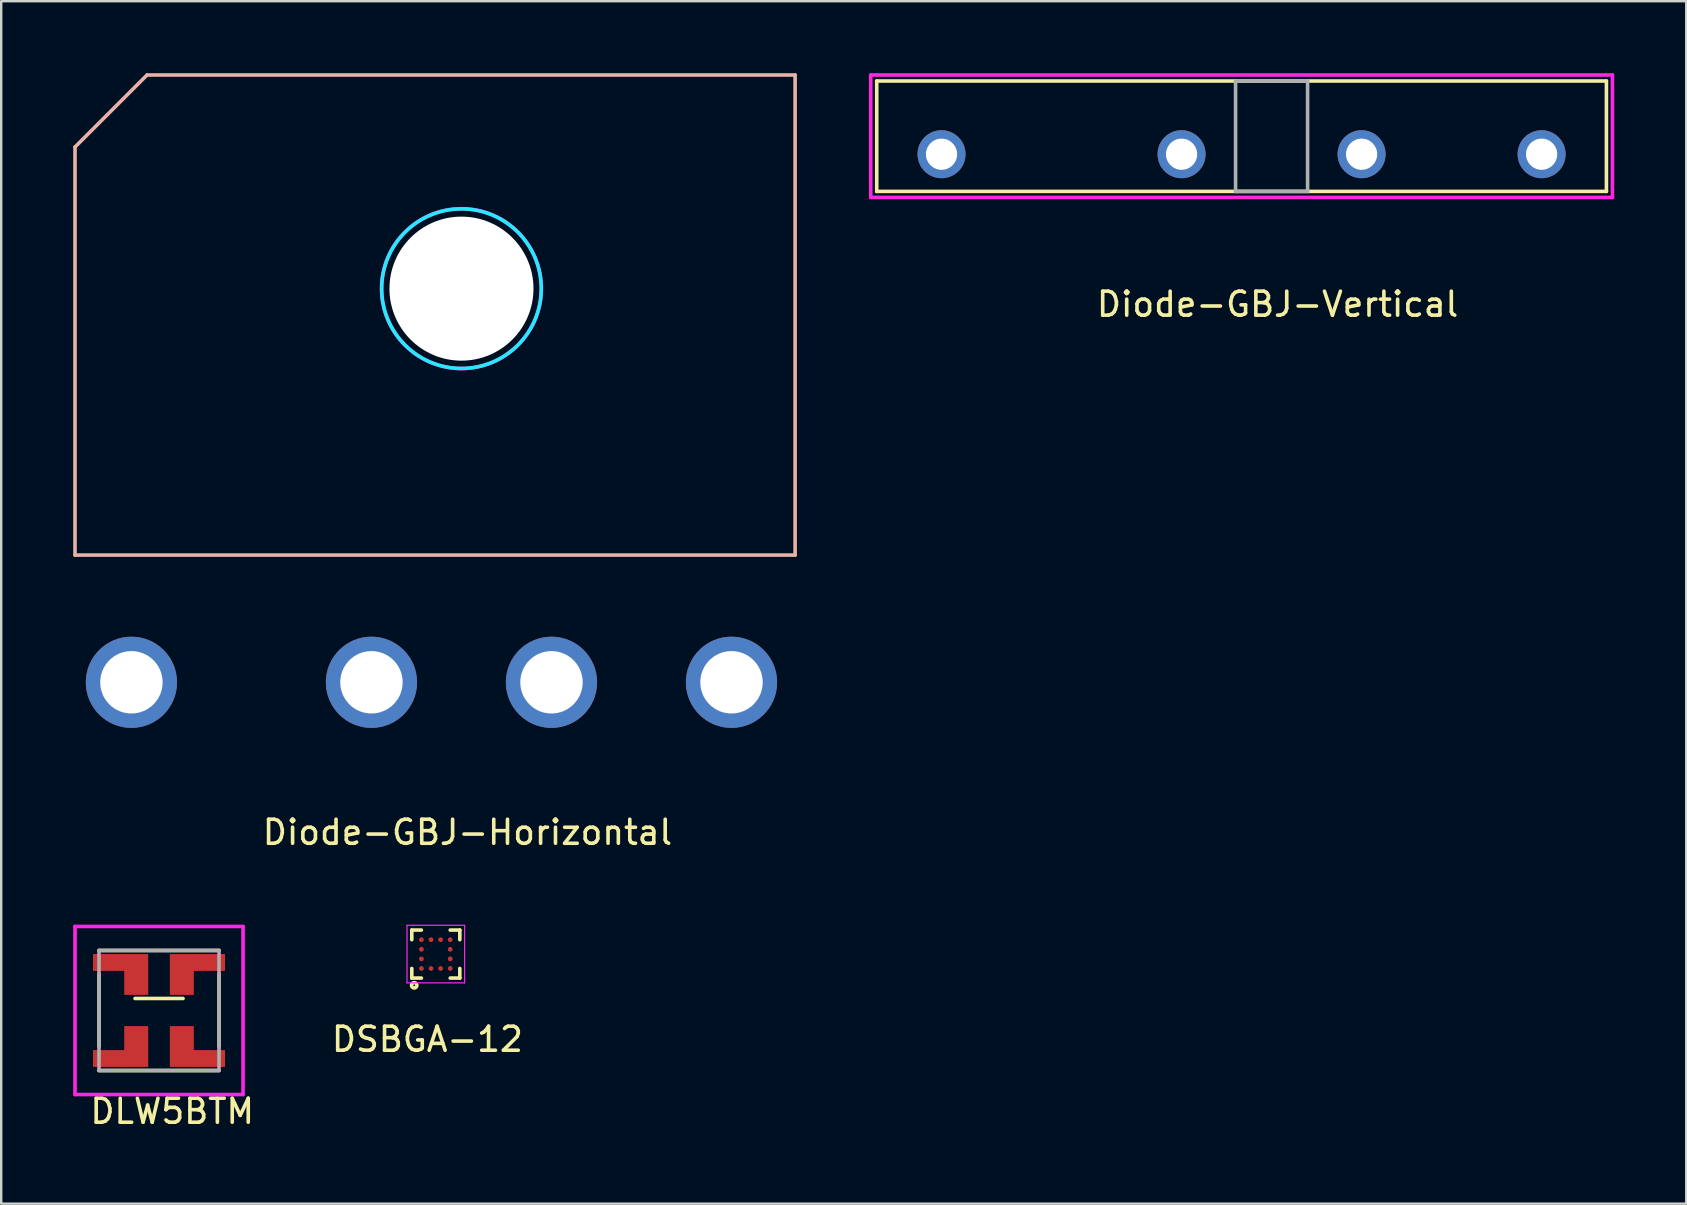
<source format=kicad_pcb>
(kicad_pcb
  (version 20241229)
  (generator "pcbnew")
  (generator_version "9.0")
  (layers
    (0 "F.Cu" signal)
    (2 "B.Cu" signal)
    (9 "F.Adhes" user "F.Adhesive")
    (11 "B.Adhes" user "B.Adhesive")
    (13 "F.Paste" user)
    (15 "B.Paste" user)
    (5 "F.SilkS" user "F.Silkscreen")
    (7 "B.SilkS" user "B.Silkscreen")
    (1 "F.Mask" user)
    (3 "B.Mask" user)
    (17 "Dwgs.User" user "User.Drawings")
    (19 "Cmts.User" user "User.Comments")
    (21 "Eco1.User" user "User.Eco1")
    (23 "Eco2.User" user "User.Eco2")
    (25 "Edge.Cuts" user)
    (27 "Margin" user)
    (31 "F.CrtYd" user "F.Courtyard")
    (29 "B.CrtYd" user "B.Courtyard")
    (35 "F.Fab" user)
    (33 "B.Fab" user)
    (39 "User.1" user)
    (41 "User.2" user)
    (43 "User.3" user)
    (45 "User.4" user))
  (footprint "DLW5BTM"
    (layer "F.Cu")
    (at 3.575 39.048)
    (property "Reference" "DLW5BTM" (at 0.55 4.2 0) (layer "F.SilkS") (effects (font (size 1 1) (thickness 0.15))))
    (attr through_hole)
    (fp_line (start -2.5 -2.5) (end 2.5 -2.5) (stroke (width 0.15) (type solid)) (layer "F.SilkS"))
    (fp_line (start -2.5 -1.5) (end -2.5 1.5) (stroke (width 0.15) (type solid)) (layer "F.SilkS"))
    (fp_line (start -2.5 2.5) (end 2.5 2.5) (stroke (width 0.15) (type solid)) (layer "F.SilkS"))
    (fp_line (start -1 -0.5) (end 1 -0.5) (stroke (width 0.15) (type solid)) (layer "F.SilkS"))
    (fp_line (start 2.5 -1.5) (end 2.5 1.5) (stroke (width 0.15) (type solid)) (layer "F.SilkS"))
    (fp_line (start -3.5 -3.5) (end -3.5 3.5) (stroke (width 0.15) (type solid)) (layer "F.CrtYd"))
    (fp_line (start -3.5 3.5) (end 3.5 3.5) (stroke (width 0.15) (type solid)) (layer "F.CrtYd"))
    (fp_line (start 3.5 -3.5) (end -3.5 -3.5) (stroke (width 0.15) (type solid)) (layer "F.CrtYd"))
    (fp_line (start 3.5 3.5) (end 3.5 -3.5) (stroke (width 0.15) (type solid)) (layer "F.CrtYd"))
    (fp_line (start -2.5 -2.5) (end 2.5 -2.5) (stroke (width 0.15) (type solid)) (layer "F.Fab"))
    (fp_line (start -2.5 2.5) (end -2.5 -2.5) (stroke (width 0.15) (type solid)) (layer "F.Fab"))
    (fp_line (start 2.5 -2.5) (end 2.5 2.5) (stroke (width 0.15) (type solid)) (layer "F.Fab"))
    (fp_line (start 2.5 2.5) (end -2.5 2.5) (stroke (width 0.15) (type solid)) (layer "F.Fab"))
    (pad "1" smd rect (at 0.95 -1.5) (size 1 1.7) (layers "F.Cu" "F.Mask" "F.Paste"))
    (pad "1" smd rect (at 2.05 -2) (size 1.4 0.7) (layers "F.Cu" "F.Mask" "F.Paste"))
    (pad "2" smd rect (at -2.05 -2) (size 1.4 0.7) (layers "F.Cu" "F.Mask" "F.Paste"))
    (pad "2" smd rect (at -0.95 -1.5) (size 1 1.7) (layers "F.Cu" "F.Mask" "F.Paste"))
    (pad "3" smd rect (at 0.95 1.5) (size 1 1.7) (layers "F.Cu" "F.Mask" "F.Paste"))
    (pad "3" smd rect (at 2.05 2) (size 1.4 0.7) (layers "F.Cu" "F.Mask" "F.Paste"))
    (pad "4" smd rect (at -2.05 2) (size 1.4 0.7) (layers "F.Cu" "F.Mask" "F.Paste"))
    (pad "4" smd rect (at -0.95 1.5) (size 1 1.7) (layers "F.Cu" "F.Mask" "F.Paste")))
  (footprint "Diode-GBJ-Vertical"
    (layer "F.Cu")
    (at 49.925 3.375)
    (property "Reference" "Diode-GBJ-Vertical" (at 0.25 6.25 0) (layer "F.SilkS") (effects (font (size 1 1) (thickness 0.15))))
    (attr through_hole)
    (fp_line (start -16.45 -3.05) (end 13.95 -3.05) (stroke (width 0.15) (type solid)) (layer "F.SilkS"))
    (fp_line (start -16.45 1.55) (end -16.45 -3.05) (stroke (width 0.15) (type solid)) (layer "F.SilkS"))
    (fp_line (start 13.95 -3.05) (end 13.95 1.55) (stroke (width 0.15) (type solid)) (layer "F.SilkS"))
    (fp_line (start 13.95 1.55) (end -16.45 1.55) (stroke (width 0.15) (type solid)) (layer "F.SilkS"))
    (fp_line (start -16.7 -3.3) (end 14.2 -3.3) (stroke (width 0.15) (type solid)) (layer "F.CrtYd"))
    (fp_line (start -16.7 1.8) (end -16.7 -3.3) (stroke (width 0.15) (type solid)) (layer "F.CrtYd"))
    (fp_line (start 14.2 -3.3) (end 14.2 1.8) (stroke (width 0.15) (type solid)) (layer "F.CrtYd"))
    (fp_line (start 14.2 1.8) (end -16.7 1.8) (stroke (width 0.15) (type solid)) (layer "F.CrtYd"))
    (fp_line (start -1.5 -3.05) (end -1.5 1.55) (stroke (width 0.15) (type solid)) (layer "F.Fab"))
    (fp_line (start -1.5 1.55) (end 1.5 1.55) (stroke (width 0.15) (type solid)) (layer "F.Fab"))
    (fp_line (start 1.5 -3.05) (end -1.5 -3.05) (stroke (width 0.15) (type solid)) (layer "F.Fab"))
    (fp_line (start 1.5 1.55) (end 1.5 -3.05) (stroke (width 0.15) (type solid)) (layer "F.Fab"))
    (pad "1" thru_hole circle (at -13.75 0) (size 2 2) (drill 1.3) (layers "*.Cu" "*.Mask"))
    (pad "2" thru_hole circle (at -3.75 0) (size 2 2) (drill 1.3) (layers "*.Cu" "*.Mask"))
    (pad "3" thru_hole circle (at 3.75 0) (size 2 2) (drill 1.3) (layers "*.Cu" "*.Mask"))
    (pad "4" thru_hole circle (at 11.25 0) (size 2 2) (drill 1.3) (layers "*.Cu" "*.Mask")))
  (footprint "Diode-GBJ-Horizontal"
    (layer "F.Cu")
    (at 16.175 25.375)
    (property "Reference" "Diode-GBJ-Horizontal" (at 0.25 6.25 0) (layer "F.SilkS") (effects (font (size 1 1) (thickness 0.15))))
    (attr through_hole)
    (fp_line (start -16.1 -22.3) (end -16.1 -5.3) (stroke (width 0.15) (type solid)) (layer "B.SilkS"))
    (fp_line (start -16.1 -5.3) (end 13.9 -5.3) (stroke (width 0.15) (type solid)) (layer "B.SilkS"))
    (fp_line (start -13.1 -25.3) (end -16.1 -22.3) (stroke (width 0.15) (type solid)) (layer "B.SilkS"))
    (fp_line (start 13.9 -25.3) (end -13.1 -25.3) (stroke (width 0.15) (type solid)) (layer "B.SilkS"))
    (fp_line (start 13.9 -5.3) (end 13.9 -25.3) (stroke (width 0.15) (type solid)) (layer "B.SilkS"))
    (fp_circle (center 0 -16.4) (end 2.3 -14) (stroke (width 0.15) (type solid)) (fill no) (layer "B.CrtYd"))
    (fp_circle (center 0 -16.4) (end 2.5 -14.2) (stroke (width 0.15) (type solid)) (fill no) (layer "F.CrtYd"))
    (pad "" np_thru_hole circle (at 0 -16.4) (size 6 6) (drill 6) (layers "*.Cu" "*.Mask"))
    (pad "1" thru_hole circle (at -13.75 0) (size 3.8 3.8) (drill 2.6) (layers "*.Cu" "*.Mask"))
    (pad "2" thru_hole circle (at -3.75 0) (size 3.8 3.8) (drill 2.6) (layers "*.Cu" "*.Mask"))
    (pad "3" thru_hole circle (at 3.75 0) (size 3.8 3.8) (drill 2.6) (layers "*.Cu" "*.Mask"))
    (pad "4" thru_hole circle (at 11.25 0) (size 3.8 3.8) (drill 2.6) (layers "*.Cu" "*.Mask")))
  (footprint "DSBGA-12"
    (layer "F.Cu")
    (at 15.106 36.698)
    (property "Reference" "DSBGA-12" (at -0.35 3.55 0) (layer "F.SilkS") (effects (font (size 1 1) (thickness 0.15))))
    (attr through_hole)
    (fp_line (start -1 -1) (end -1 -0.6) (stroke (width 0.15) (type solid)) (layer "F.SilkS"))
    (fp_line (start -1 -1) (end -0.6 -1) (stroke (width 0.15) (type solid)) (layer "F.SilkS"))
    (fp_line (start -1 0.6) (end -1 1) (stroke (width 0.15) (type solid)) (layer "F.SilkS"))
    (fp_line (start -1 1) (end -0.6 1) (stroke (width 0.15) (type solid)) (layer "F.SilkS"))
    (fp_line (start 0.6 1) (end 1 1) (stroke (width 0.15) (type solid)) (layer "F.SilkS"))
    (fp_line (start 1 -1) (end 0.6 -1) (stroke (width 0.15) (type solid)) (layer "F.SilkS"))
    (fp_line (start 1 -0.6) (end 1 -1) (stroke (width 0.15) (type solid)) (layer "F.SilkS"))
    (fp_line (start 1 1) (end 1 0.6) (stroke (width 0.15) (type solid)) (layer "F.SilkS"))
    (fp_circle (center -0.9 1.3) (end -0.85 1.4) (stroke (width 0.15) (type solid)) (fill no) (layer "F.SilkS"))
    (fp_line (start -1.2 -1.2) (end 1.2 -1.2) (stroke (width 0.05) (type solid)) (layer "F.CrtYd"))
    (fp_line (start -1.2 1.2) (end -1.2 -1.2) (stroke (width 0.05) (type solid)) (layer "F.CrtYd"))
    (fp_line (start 1.2 -1.2) (end 1.2 1.2) (stroke (width 0.05) (type solid)) (layer "F.CrtYd"))
    (fp_line (start 1.2 1.2) (end -1.2 1.2) (stroke (width 0.05) (type solid)) (layer "F.CrtYd"))
    (pad "" smd roundrect (at -0.6 -0.6) (size 0.18 0.18) (layers "F.Paste") (roundrect_rratio 0.3))
    (pad "" smd roundrect (at -0.6 -0.2) (size 0.18 0.18) (layers "F.Paste") (roundrect_rratio 0.3))
    (pad "" smd roundrect (at -0.6 0.2) (size 0.18 0.18) (layers "F.Paste") (roundrect_rratio 0.3))
    (pad "" smd roundrect (at -0.6 0.6) (size 0.18 0.18) (layers "F.Paste") (roundrect_rratio 0.3))
    (pad "" smd roundrect (at -0.2 -0.6) (size 0.18 0.18) (layers "F.Paste") (roundrect_rratio 0.3))
    (pad "" smd roundrect (at -0.2 0.6) (size 0.18 0.18) (layers "F.Paste") (roundrect_rratio 0.3))
    (pad "" smd roundrect (at 0.2 -0.6) (size 0.18 0.18) (layers "F.Paste") (roundrect_rratio 0.3))
    (pad "" smd roundrect (at 0.2 0.6) (size 0.18 0.18) (layers "F.Paste") (roundrect_rratio 0.3))
    (pad "" smd roundrect (at 0.6 -0.6) (size 0.18 0.18) (layers "F.Paste") (roundrect_rratio 0.3))
    (pad "" smd roundrect (at 0.6 -0.2) (size 0.18 0.18) (layers "F.Paste") (roundrect_rratio 0.3))
    (pad "" smd roundrect (at 0.6 0.2) (size 0.18 0.18) (layers "F.Paste") (roundrect_rratio 0.3))
    (pad "" smd roundrect (at 0.6 0.6) (size 0.18 0.18) (layers "F.Paste") (roundrect_rratio 0.3))
    (pad "A1" smd circle (at -0.6 0.6) (size 0.2 0.2) (layers "F.Cu" "F.Mask"))
    (pad "A2" smd circle (at -0.6 0.2) (size 0.2 0.2) (layers "F.Cu" "F.Mask"))
    (pad "A3" smd circle (at -0.6 -0.2) (size 0.2 0.2) (layers "F.Cu" "F.Mask"))
    (pad "A4" smd circle (at -0.6 -0.6) (size 0.2 0.2) (layers "F.Cu" "F.Mask"))
    (pad "B1" smd circle (at -0.2 0.6) (size 0.2 0.2) (layers "F.Cu" "F.Mask"))
    (pad "B4" smd circle (at -0.2 -0.6) (size 0.2 0.2) (layers "F.Cu" "F.Mask"))
    (pad "C1" smd circle (at 0.2 0.6) (size 0.2 0.2) (layers "F.Cu" "F.Mask"))
    (pad "C4" smd circle (at 0.2 -0.6) (size 0.2 0.2) (layers "F.Cu" "F.Mask"))
    (pad "D1" smd circle (at 0.6 0.6) (size 0.2 0.2) (layers "F.Cu" "F.Mask"))
    (pad "D2" smd circle (at 0.6 0.2) (size 0.2 0.2) (layers "F.Cu" "F.Mask"))
    (pad "D3" smd circle (at 0.6 -0.2) (size 0.2 0.2) (layers "F.Cu" "F.Mask"))
    (pad "D4" smd circle (at 0.6 -0.6) (size 0.2 0.2) (layers "F.Cu" "F.Mask")))
  (gr_rect
    (start -3 -3)
    (end 67.2 47.096)
    (stroke (width 0.1) (type default))
    (fill no)
    (layer "Edge.Cuts")))
</source>
